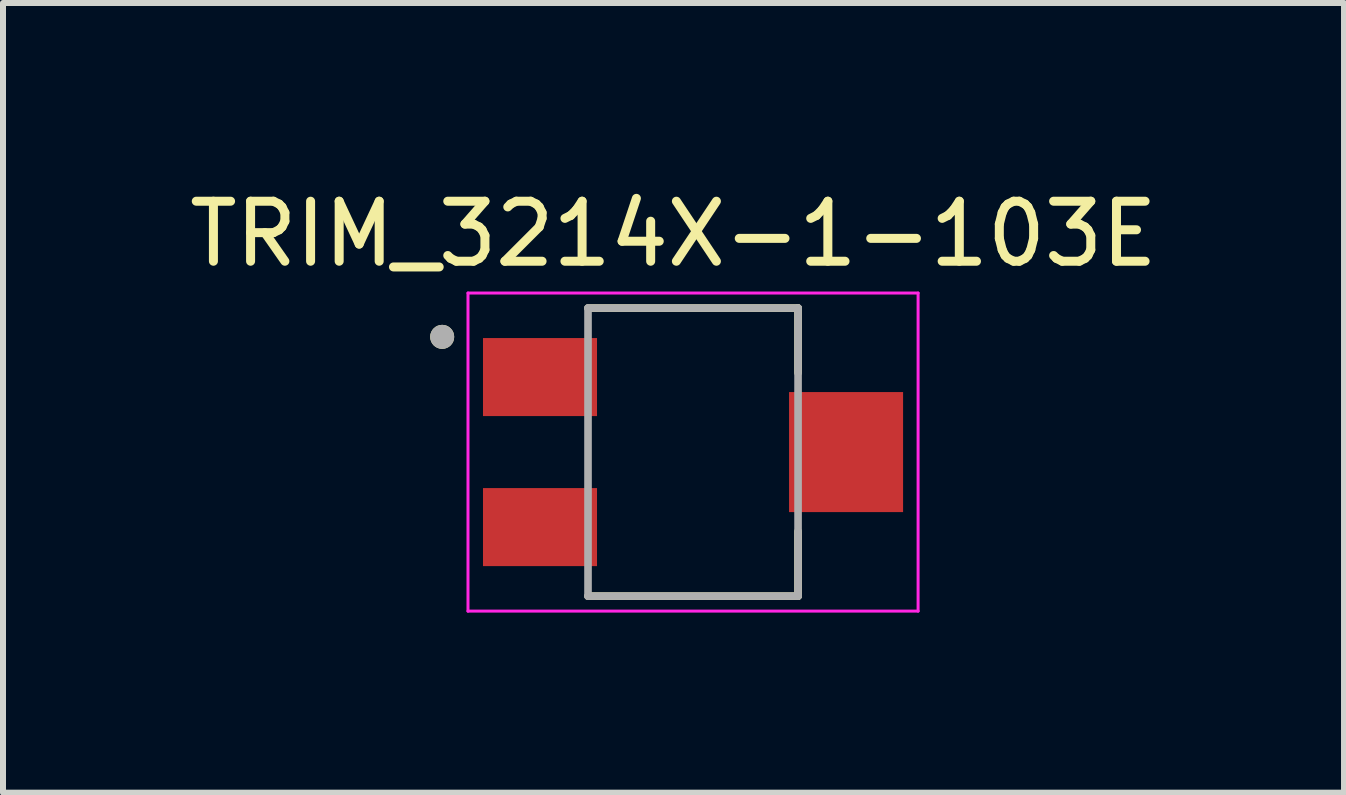
<source format=kicad_pcb>
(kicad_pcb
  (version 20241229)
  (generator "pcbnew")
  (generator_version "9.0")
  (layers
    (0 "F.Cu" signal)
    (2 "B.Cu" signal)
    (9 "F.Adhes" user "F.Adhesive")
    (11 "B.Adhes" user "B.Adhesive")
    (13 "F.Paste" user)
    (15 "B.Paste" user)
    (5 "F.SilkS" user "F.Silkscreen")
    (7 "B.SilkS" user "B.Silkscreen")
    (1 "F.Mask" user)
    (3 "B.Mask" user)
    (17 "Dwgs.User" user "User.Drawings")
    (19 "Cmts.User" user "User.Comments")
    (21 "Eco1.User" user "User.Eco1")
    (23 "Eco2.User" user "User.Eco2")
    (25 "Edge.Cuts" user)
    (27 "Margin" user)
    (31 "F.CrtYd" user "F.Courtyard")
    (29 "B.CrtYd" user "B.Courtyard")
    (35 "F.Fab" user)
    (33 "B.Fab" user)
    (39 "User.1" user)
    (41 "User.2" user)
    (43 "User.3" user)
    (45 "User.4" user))
  (footprint "TRIM_3214X-1-103E"
    (layer "F.Cu")
    (at 8.498 4.483)
    (property "Reference" "TRIM_3214X-1-103E" (at -0.325 -3.635 0) (layer "F.SilkS") (effects (font (size 1 1) (thickness 0.15))))
    (attr smd)
    (fp_line (start -1.75 -2.4) (end 1.75 -2.4) (stroke (width 0.127) (type solid)) (layer "F.SilkS"))
    (fp_line (start -1.75 2.4) (end 1.75 2.4) (stroke (width 0.127) (type solid)) (layer "F.SilkS"))
    (fp_line (start 1.75 -2.4) (end 1.75 -1.32) (stroke (width 0.127) (type solid)) (layer "F.SilkS"))
    (fp_line (start 1.75 1.32) (end 1.75 2.4) (stroke (width 0.127) (type solid)) (layer "F.SilkS"))
    (fp_circle (center -4.18 -1.92) (end -4.08 -1.92) (stroke (width 0.2) (type solid)) (fill no) (layer "F.SilkS"))
    (fp_line (start -3.75 -2.65) (end 3.75 -2.65) (stroke (width 0.05) (type solid)) (layer "F.CrtYd"))
    (fp_line (start -3.75 2.65) (end -3.75 -2.65) (stroke (width 0.05) (type solid)) (layer "F.CrtYd"))
    (fp_line (start 3.75 -2.65) (end 3.75 2.65) (stroke (width 0.05) (type solid)) (layer "F.CrtYd"))
    (fp_line (start 3.75 2.65) (end -3.75 2.65) (stroke (width 0.05) (type solid)) (layer "F.CrtYd"))
    (fp_line (start -1.75 -2.4) (end -1.75 2.4) (stroke (width 0.127) (type solid)) (layer "F.Fab"))
    (fp_line (start -1.75 -2.4) (end 1.75 -2.4) (stroke (width 0.127) (type solid)) (layer "F.Fab"))
    (fp_line (start -1.75 2.4) (end 1.75 2.4) (stroke (width 0.127) (type solid)) (layer "F.Fab"))
    (fp_line (start 1.75 -2.4) (end 1.75 2.4) (stroke (width 0.127) (type solid)) (layer "F.Fab"))
    (fp_circle (center -4.18 -1.92) (end -4.08 -1.92) (stroke (width 0.2) (type solid)) (fill no) (layer "F.Fab"))
    (pad "1" smd rect (at -2.55 -1.25) (size 1.9 1.3) (layers "F.Cu" "F.Mask" "F.Paste"))
    (pad "2" smd rect (at 2.55 0) (size 1.9 2) (layers "F.Cu" "F.Mask" "F.Paste"))
    (pad "3" smd rect (at -2.55 1.25) (size 1.9 1.3) (layers "F.Cu" "F.Mask" "F.Paste")))
  (gr_rect
    (start -3 -3)
    (end 19.345 10.158)
    (stroke (width 0.1) (type default))
    (fill no)
    (layer "Edge.Cuts")))
</source>
